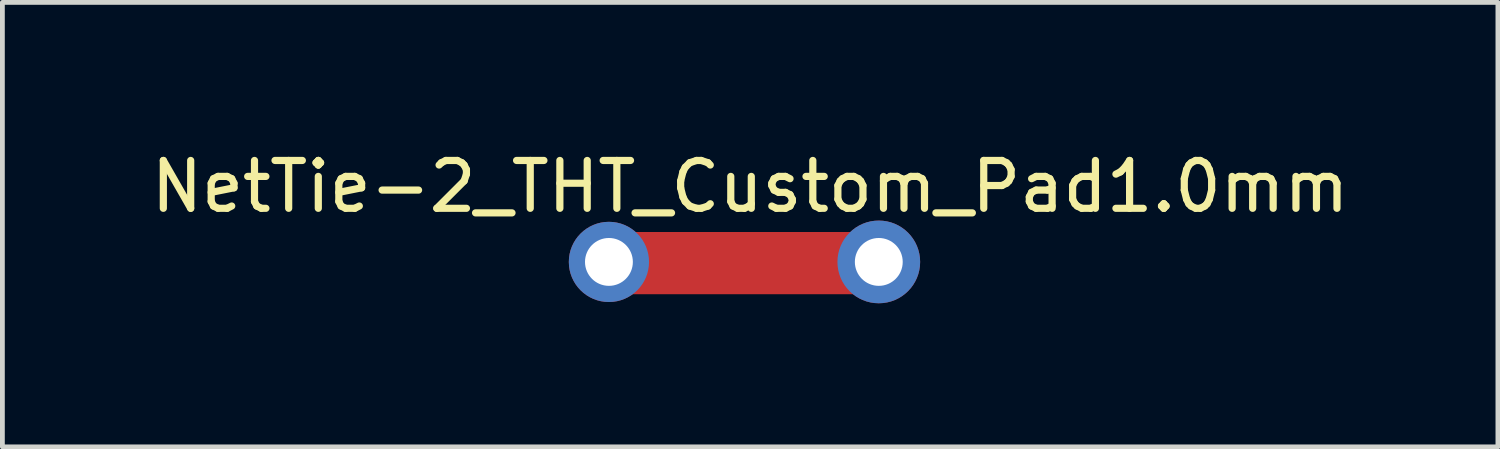
<source format=kicad_pcb>
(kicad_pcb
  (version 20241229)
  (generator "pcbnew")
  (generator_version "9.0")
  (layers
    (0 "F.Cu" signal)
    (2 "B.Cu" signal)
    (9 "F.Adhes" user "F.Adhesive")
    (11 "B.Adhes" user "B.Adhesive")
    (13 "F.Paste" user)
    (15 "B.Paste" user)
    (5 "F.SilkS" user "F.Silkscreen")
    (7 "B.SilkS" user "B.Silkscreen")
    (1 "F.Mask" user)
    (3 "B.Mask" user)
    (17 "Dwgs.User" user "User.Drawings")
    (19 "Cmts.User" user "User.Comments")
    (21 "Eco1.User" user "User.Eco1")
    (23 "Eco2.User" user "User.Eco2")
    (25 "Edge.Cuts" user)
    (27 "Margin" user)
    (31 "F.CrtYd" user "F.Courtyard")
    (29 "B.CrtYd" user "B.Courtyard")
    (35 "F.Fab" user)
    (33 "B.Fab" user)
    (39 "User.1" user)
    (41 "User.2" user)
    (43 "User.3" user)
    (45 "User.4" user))
  (footprint "NetTie-2_THT_Custom_Pad1.0mm"
    (layer "F.Cu")
    (at 11.325 2.448)
    (property "Reference" "NetTie-2_THT_Custom_Pad1.0mm" (at 1.3 -1.6 180) (layer "F.SilkS") (effects (font (size 1 1) (thickness 0.15))))
    (attr through_hole exclude_from_pos_files exclude_from_bom allow_missing_courtyard)
    (fp_poly (pts (xy -1.194 -0.65) (xy 3.489 -0.65) (xy 3.489 0.65) (xy -1.194 0.65)) (stroke (width 0) (type solid)) (fill yes) (layer "F.Cu"))
    (pad "1" thru_hole circle (at -1.651 -0.025) (size 1.676 1.676) (drill 1) (layers "*.Cu"))
    (pad "2" thru_hole circle (at 3.988 -0.025) (size 1.728 1.728) (drill 1) (layers "*.Cu")))
  (gr_rect
    (start -3 -3)
    (end 28.25 6.287)
    (stroke (width 0.1) (type default))
    (fill no)
    (layer "Edge.Cuts")))
</source>
